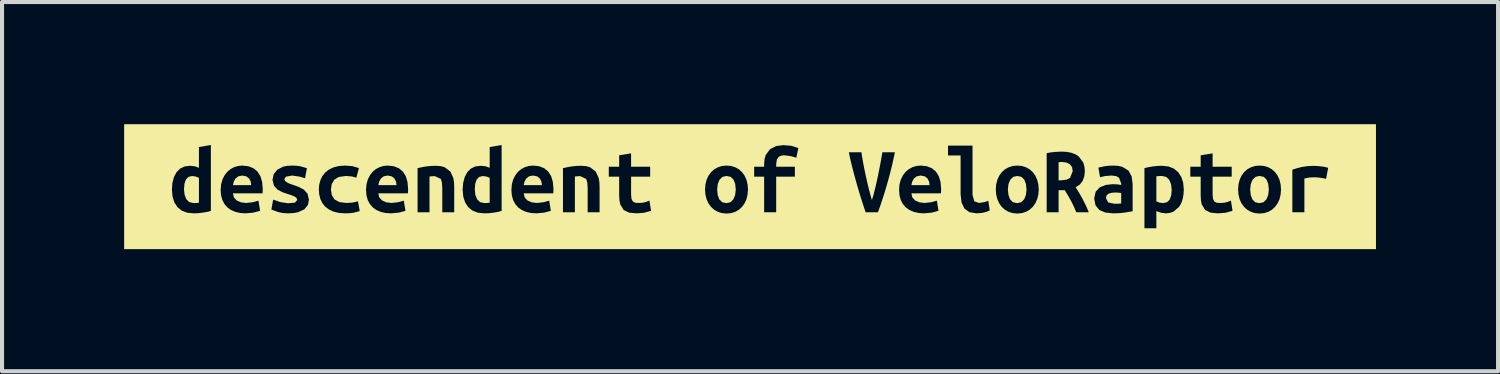
<source format=kicad_pcb>
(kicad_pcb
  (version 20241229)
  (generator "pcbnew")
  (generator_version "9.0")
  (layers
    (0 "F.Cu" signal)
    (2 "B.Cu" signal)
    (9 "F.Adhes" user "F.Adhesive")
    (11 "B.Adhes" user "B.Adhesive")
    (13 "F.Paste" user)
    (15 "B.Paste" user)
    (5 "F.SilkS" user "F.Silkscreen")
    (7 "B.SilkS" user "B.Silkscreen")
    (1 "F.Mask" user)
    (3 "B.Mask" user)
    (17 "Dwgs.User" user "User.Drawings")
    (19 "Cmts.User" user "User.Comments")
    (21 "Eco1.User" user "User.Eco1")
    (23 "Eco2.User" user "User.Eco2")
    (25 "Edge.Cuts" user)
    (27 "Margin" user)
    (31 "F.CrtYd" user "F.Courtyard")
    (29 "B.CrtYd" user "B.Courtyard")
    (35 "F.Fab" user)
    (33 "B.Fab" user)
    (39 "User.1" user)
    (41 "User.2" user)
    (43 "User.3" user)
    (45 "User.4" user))
  (footprint "label_VeloRaptor"
    (layer "F.Cu")
    (at 15.379 1.536)
    (property "Reference" "label_VeloRaptor" (at 0 -1.536 0) (layer "F.SilkS") (effects (font (size 0.001 0.001) (thickness 0.000003))))
    (attr exclude_from_pos_files exclude_from_bom)
    (fp_poly (pts (xy -12.257 -0.037) (xy -12.269 -0.124) (xy -12.307 -0.199) (xy -12.374 -0.252) (xy -12.474 -0.273) (xy -12.573 -0.254) (xy -12.642 -0.201) (xy -12.685 -0.125) (xy -12.705 -0.037) (xy -12.257 -0.037)) (stroke (width 0) (type solid)) (fill yes) (layer "F.SilkS"))
    (fp_poly (pts (xy -8.686 -0.037) (xy -8.698 -0.124) (xy -8.736 -0.199) (xy -8.802 -0.252) (xy -8.902 -0.273) (xy -9.001 -0.254) (xy -9.07 -0.201) (xy -9.113 -0.125) (xy -9.133 -0.037) (xy -8.686 -0.037)) (stroke (width 0) (type solid)) (fill yes) (layer "F.SilkS"))
    (fp_poly (pts (xy -5.114 -0.037) (xy -5.126 -0.124) (xy -5.164 -0.199) (xy -5.23 -0.252) (xy -5.33 -0.273) (xy -5.429 -0.254) (xy -5.498 -0.201) (xy -5.541 -0.125) (xy -5.561 -0.037) (xy -5.114 -0.037)) (stroke (width 0) (type solid)) (fill yes) (layer "F.SilkS"))
    (fp_poly (pts (xy 4.411 -0.037) (xy 4.399 -0.124) (xy 4.361 -0.199) (xy 4.295 -0.252) (xy 4.195 -0.273) (xy 4.096 -0.254) (xy 4.027 -0.201) (xy 3.984 -0.125) (xy 3.964 -0.037) (xy 4.411 -0.037)) (stroke (width 0) (type solid)) (fill yes) (layer "F.SilkS"))
    (fp_poly (pts (xy 7.928 -0.38) (xy 7.911 -0.481) (xy 7.857 -0.551) (xy 7.774 -0.592) (xy 7.669 -0.606) (xy 7.628 -0.605) (xy 7.581 -0.599) (xy 7.581 -0.156) (xy 7.645 -0.156) (xy 7.774 -0.171) (xy 7.862 -0.214) (xy 7.928 -0.38)) (stroke (width 0) (type solid)) (fill yes) (layer "F.SilkS"))
    (fp_poly (pts (xy 8.948 0.42) (xy 9.04 0.419) (xy 9.119 0.413) (xy 9.119 0.156) (xy 9.05 0.148) (xy 8.976 0.144) (xy 8.888 0.15) (xy 8.813 0.17) (xy 8.762 0.211) (xy 8.743 0.28) (xy 8.8 0.388) (xy 8.948 0.42)) (stroke (width 0) (type solid)) (fill yes) (layer "F.SilkS"))
    (fp_poly (pts (xy -13.908 0.063) (xy -13.894 0.199) (xy -13.852 0.308) (xy -13.779 0.38) (xy -13.672 0.404) (xy -13.605 0.401) (xy -13.541 0.394) (xy -13.541 -0.216) (xy -13.617 -0.248) (xy -13.708 -0.261) (xy -13.798 -0.24) (xy -13.86 -0.177) (xy -13.896 -0.076) (xy -13.908 0.063)) (stroke (width 0) (type solid)) (fill yes) (layer "F.SilkS"))
    (fp_poly (pts (xy -6.764 0.063) (xy -6.75 0.199) (xy -6.708 0.308) (xy -6.635 0.38) (xy -6.528 0.404) (xy -6.462 0.401) (xy -6.397 0.394) (xy -6.397 -0.216) (xy -6.473 -0.248) (xy -6.564 -0.261) (xy -6.654 -0.24) (xy -6.716 -0.177) (xy -6.752 -0.076) (xy -6.764 0.063)) (stroke (width 0) (type solid)) (fill yes) (layer "F.SilkS"))
    (fp_poly (pts (xy 10.36 0.08) (xy 10.345 -0.057) (xy 10.3 -0.167) (xy 10.225 -0.239) (xy 10.119 -0.263) (xy 10.048 -0.26) (xy 9.983 -0.254) (xy 9.983 0.361) (xy 10.06 0.392) (xy 10.155 0.404) (xy 10.246 0.382) (xy 10.31 0.319) (xy 10.347 0.217) (xy 10.36 0.08)) (stroke (width 0) (type solid)) (fill yes) (layer "F.SilkS"))
    (fp_poly (pts (xy -0.808 0.07) (xy -0.795 0.206) (xy -0.755 0.313) (xy -0.685 0.383) (xy -0.582 0.406) (xy -0.482 0.383) (xy -0.41 0.313) (xy -0.366 0.206) (xy -0.351 0.07) (xy -0.365 -0.065) (xy -0.405 -0.171) (xy -0.475 -0.24) (xy -0.577 -0.263) (xy -0.678 -0.24) (xy -0.75 -0.171) (xy -0.794 -0.065) (xy -0.808 0.07)) (stroke (width 0) (type solid)) (fill yes) (layer "F.SilkS"))
    (fp_poly (pts (xy 6.335 0.07) (xy 6.349 0.206) (xy 6.389 0.313) (xy 6.459 0.383) (xy 6.562 0.406) (xy 6.662 0.383) (xy 6.734 0.313) (xy 6.778 0.206) (xy 6.793 0.07) (xy 6.779 -0.065) (xy 6.739 -0.171) (xy 6.669 -0.24) (xy 6.566 -0.263) (xy 6.466 -0.24) (xy 6.394 -0.171) (xy 6.35 -0.065) (xy 6.335 0.07)) (stroke (width 0) (type solid)) (fill yes) (layer "F.SilkS"))
    (fp_poly (pts (xy 12.288 0.07) (xy 12.302 0.206) (xy 12.342 0.313) (xy 12.412 0.383) (xy 12.515 0.406) (xy 12.615 0.383) (xy 12.687 0.313) (xy 12.731 0.206) (xy 12.746 0.07) (xy 12.732 -0.065) (xy 12.692 -0.171) (xy 12.622 -0.24) (xy 12.519 -0.263) (xy 12.419 -0.24) (xy 12.347 -0.171) (xy 12.303 -0.065) (xy 12.288 0.07)) (stroke (width 0) (type solid)) (fill yes) (layer "F.SilkS"))
    (fp_poly (pts (xy -14.866 -1.535) (xy -14.092 -0.355) (xy -14.005 -0.443) (xy -13.893 -0.496) (xy -13.758 -0.513) (xy -13.641 -0.5) (xy -13.541 -0.463) (xy -13.541 -0.973) (xy -13.248 -1.023) (xy -13.008 0.08) (xy -12.996 -0.059) (xy -12.962 -0.18) (xy -12.91 -0.282) (xy -12.843 -0.367) (xy -12.764 -0.432) (xy -12.674 -0.48) (xy -12.578 -0.508) (xy -12.479 -0.518) (xy -12.327 -0.502) (xy -12.202 -0.453) (xy -12.103 -0.371) (xy -12.031 -0.259) (xy -11.988 -0.116) (xy -11.974 0.056) (xy -11.975 0.115) (xy -11.979 0.165) (xy -12.705 0.165) (xy -12.683 0.263) (xy -12.615 0.338) (xy -12.511 0.385) (xy -12.381 0.401) (xy -12.213 0.382) (xy -12.079 0.344) (xy -12.038 0.594) (xy -12.2 0.638) (xy -12.393 0.656) (xy -12.529 0.647) (xy -12.649 0.619) (xy -12.754 0.573) (xy -12.842 0.51) (xy -12.913 0.428) (xy -12.965 0.33) (xy -12.997 0.214) (xy -13.008 0.08) (xy -13.248 -1.023) (xy -13.248 0.597) (xy -13.338 0.62) (xy -13.446 0.639) (xy -13.561 0.652) (xy -13.674 0.656) (xy -13.835 0.639) (xy -13.967 0.587) (xy -14.071 0.501) (xy -14.146 0.385) (xy -14.19 0.244) (xy -14.205 0.077) (xy -14.193 -0.092) (xy -14.155 -0.236) (xy -14.092 -0.355) (xy -14.866 -1.535) (xy -15.379 -1.535) (xy -15.379 1.535) (xy -11.762 0.563) (xy -11.717 0.318) (xy -11.54 0.38) (xy -11.348 0.408) (xy -11.184 0.393) (xy -11.126 0.33) (xy -11.144 0.277) (xy -11.194 0.241) (xy -11.268 0.211) (xy -11.355 0.182) (xy -11.486 0.138) (xy -11.607 0.075) (xy -11.698 -0.021) (xy -11.734 -0.168) (xy -11.706 -0.302) (xy -11.62 -0.414) (xy -11.472 -0.491) (xy -11.372 -0.511) (xy -11.255 -0.518) (xy -11.149 -0.514) (xy -11.051 -0.501) (xy -10.888 -0.454) (xy -10.934 -0.206) (xy -11.06 -0.245) (xy -11.253 -0.273) (xy -11.404 -0.245) (xy -11.443 -0.187) (xy -11.425 -0.14) (xy -11.378 -0.104) (xy -11.309 -0.071) (xy -11.224 -0.042) (xy -11.091 0.006) (xy -10.966 0.071) (xy -10.595 0.07) (xy -10.586 -0.048) (xy -10.557 -0.158) (xy -10.509 -0.259) (xy -10.441 -0.345) (xy -10.352 -0.417) (xy -10.242 -0.471) (xy -10.11 -0.506) (xy -9.955 -0.518) (xy -9.774 -0.504) (xy -9.61 -0.456) (xy -9.674 -0.22) (xy -9.78 -0.25) (xy -9.929 -0.263) (xy -10.104 -0.238) (xy -10.217 -0.169) (xy -10.279 -0.063) (xy -10.298 0.07) (xy -10.276 0.208) (xy -9.436 0.08) (xy -9.424 -0.059) (xy -9.39 -0.18) (xy -9.338 -0.282) (xy -9.271 -0.367) (xy -9.192 -0.432) (xy -9.102 -0.48) (xy -9.006 -0.508) (xy -8.907 -0.518) (xy -8.755 -0.502) (xy -8.63 -0.453) (xy -8.531 -0.371) (xy -8.169 -0.454) (xy -8.081 -0.474) (xy -7.975 -0.494) (xy -7.854 -0.508) (xy -7.724 -0.513) (xy -7.602 -0.504) (xy -7.502 -0.476) (xy -7.363 -0.371) (xy -7.29 -0.21) (xy -7.274 -0.11) (xy -7.269 -0.001) (xy -7.269 0.63) (xy -7.562 0.63) (xy -7.562 0.037) (xy -7.571 -0.098) (xy -7.597 -0.189) (xy -7.743 -0.258) (xy -7.808 -0.256) (xy -7.876 -0.249) (xy -7.876 0.63) (xy -8.169 0.63) (xy -8.169 -0.454) (xy -8.531 -0.371) (xy -8.459 -0.259) (xy -8.417 -0.116) (xy -8.402 0.056) (xy -8.403 0.115) (xy -8.407 0.165) (xy -9.133 0.165) (xy -9.111 0.263) (xy -9.043 0.338) (xy -8.939 0.385) (xy -8.809 0.401) (xy -8.642 0.382) (xy -8.507 0.344) (xy -8.467 0.594) (xy -8.628 0.638) (xy -8.821 0.656) (xy -8.957 0.647) (xy -9.077 0.619) (xy -9.182 0.573) (xy -9.27 0.51) (xy -9.341 0.428) (xy -9.393 0.33) (xy -9.425 0.214) (xy -9.436 0.08) (xy -10.276 0.208) (xy -10.211 0.313) (xy -10.093 0.379) (xy -9.914 0.401) (xy -9.77 0.392) (xy -9.633 0.361) (xy -9.59 0.601) (xy -9.741 0.641) (xy -9.836 0.652) (xy -9.948 0.656) (xy -10.107 0.645) (xy -10.242 0.611) (xy -10.353 0.557) (xy -10.443 0.487) (xy -10.511 0.401) (xy -10.558 0.301) (xy -10.586 0.19) (xy -10.595 0.07) (xy -10.966 0.071) (xy -10.874 0.171) (xy -10.838 0.32) (xy -10.864 0.451) (xy -10.951 0.558) (xy -11.11 0.63) (xy -11.219 0.649) (xy -11.35 0.656) (xy -11.485 0.648) (xy -11.598 0.623) (xy -11.762 0.563) (xy -15.379 1.535) (xy -14.866 1.535) (xy -6.531 0.656) (xy -6.691 0.639) (xy -6.823 0.587) (xy -6.927 0.501) (xy -7.002 0.385) (xy -7.047 0.244) (xy -7.062 0.077) (xy -7.049 -0.092) (xy -7.011 -0.236) (xy -6.948 -0.355) (xy -6.861 -0.443) (xy -6.75 -0.496) (xy -6.614 -0.513) (xy -6.497 -0.5) (xy -6.397 -0.463) (xy -6.397 -0.973) (xy -6.104 -1.023) (xy -5.864 0.08) (xy -5.853 -0.059) (xy -5.819 -0.18) (xy -5.766 -0.282) (xy -5.7 -0.367) (xy -5.62 -0.432) (xy -5.53 -0.48) (xy -5.434 -0.508) (xy -5.335 -0.518) (xy -5.183 -0.502) (xy -5.058 -0.453) (xy -4.959 -0.371) (xy -4.888 -0.259) (xy -4.597 -0.454) (xy -4.509 -0.474) (xy -4.403 -0.494) (xy -4.282 -0.508) (xy -4.152 -0.513) (xy -4.03 -0.504) (xy -3.93 -0.476) (xy -3.791 -0.371) (xy -3.718 -0.21) (xy -3.216 -0.246) (xy -3.471 -0.246) (xy -3.471 -0.489) (xy -3.216 -0.489) (xy -3.216 -0.77) (xy -2.923 -0.818) (xy -2.923 -0.489) (xy -2.454 -0.489) (xy -2.454 -0.246) (xy -2.923 -0.246) (xy -1.106 0.068) (xy -1.096 -0.057) (xy -1.067 -0.171) (xy -1.02 -0.272) (xy -0.957 -0.357) (xy -0.88 -0.426) (xy -0.789 -0.476) (xy -0.688 -0.508) (xy -0.577 -0.518) (xy -0.466 -0.508) (xy -0.364 -0.476) (xy -0.274 -0.426) (xy -0.198 -0.357) (xy -0.135 -0.272) (xy -0.089 -0.171) (xy -0.061 -0.057) (xy -0.051 0.068) (xy -0.061 0.195) (xy -0.089 0.31) (xy -0.135 0.41) (xy -0.196 0.496) (xy -0.272 0.566) (xy -0.362 0.618) (xy -0.464 0.65) (xy -0.577 0.661) (xy -0.691 0.65) (xy -0.793 0.618) (xy -0.883 0.566) (xy -0.96 0.496) (xy -1.022 0.41) (xy -1.068 0.31) (xy -1.097 0.195) (xy -1.106 0.068) (xy -2.923 -0.246) (xy -2.923 0.206) (xy -2.911 0.306) (xy -2.878 0.366) (xy -2.825 0.394) (xy -2.756 0.401) (xy -2.681 0.399) (xy -2.615 0.391) (xy -2.548 0.373) (xy -2.473 0.342) (xy -2.432 0.594) (xy -2.607 0.642) (xy -2.79 0.656) (xy -2.971 0.639) (xy -3.104 0.575) (xy -3.187 0.441) (xy -3.209 0.34) (xy -3.216 0.213) (xy -3.216 -0.246) (xy -3.718 -0.21) (xy -3.702 -0.11) (xy -3.697 -0.001) (xy -3.697 0.63) (xy -3.99 0.63) (xy -3.99 0.037) (xy -3.999 -0.098) (xy -4.026 -0.189) (xy -4.171 -0.258) (xy -4.236 -0.256) (xy -4.304 -0.249) (xy -4.304 0.63) (xy -4.597 0.63) (xy -4.597 -0.454) (xy -4.888 -0.259) (xy -4.845 -0.116) (xy -4.83 0.056) (xy -4.832 0.115) (xy -4.835 0.165) (xy -5.561 0.165) (xy -5.539 0.263) (xy -5.471 0.338) (xy -5.367 0.385) (xy -5.238 0.401) (xy -5.07 0.382) (xy -4.935 0.344) (xy -4.895 0.594) (xy -5.057 0.638) (xy -5.249 0.656) (xy -5.385 0.647) (xy -5.505 0.619) (xy -5.61 0.573) (xy -5.698 0.51) (xy -5.769 0.428) (xy -5.821 0.33) (xy -5.853 0.214) (xy -5.864 0.08) (xy -6.104 -1.023) (xy -6.104 0.597) (xy -6.194 0.62) (xy -6.302 0.639) (xy -6.417 0.652) (xy -6.531 0.656) (xy -14.866 1.535) (xy 14.866 1.535) (xy 0.346 0.63) (xy 0.346 -0.246) (xy 0.101 -0.246) (xy 0.101 -0.489) (xy 0.346 -0.489) (xy 0.346 -0.554) (xy 0.356 -0.678) (xy 0.386 -0.779) (xy 0.492 -0.922) (xy 0.644 -0.998) (xy 0.82 -1.02) (xy 1.011 -1.004) (xy 1.187 -0.949) (xy 1.137 -0.711) (xy 1 -0.75) (xy 0.844 -0.77) (xy 0.767 -0.763) (xy 0.702 -0.732) (xy 0.658 -0.664) (xy 0.642 -0.549) (xy 0.642 -0.489) (xy 1.101 -0.489) (xy 1.101 -0.246) (xy 0.642 -0.246) (xy 0.642 0.63) (xy 0.346 0.63) (xy 14.866 1.535) (xy 15.379 1.535) (xy 2.84 0.63) (xy 2.781 0.455) (xy 2.718 0.258) (xy 2.676 0.12) (xy 2.636 -0.017) (xy 2.597 -0.155) (xy 2.56 -0.29) (xy 2.526 -0.419) (xy 2.494 -0.544) (xy 2.455 -0.711) (xy 2.428 -0.844) (xy 2.737 -0.844) (xy 2.755 -0.721) (xy 2.78 -0.579) (xy 2.81 -0.425) (xy 2.843 -0.267) (xy 2.879 -0.107) (xy 2.917 0.05) (xy 2.956 0.198) (xy 2.994 0.33) (xy 3.033 0.2) (xy 3.071 0.052) (xy 3.108 -0.105) (xy 3.142 -0.264) (xy 3.174 -0.423) (xy 3.204 -0.577) (xy 3.23 -0.72) (xy 3.252 -0.844) (xy 3.559 -0.844) (xy 3.527 -0.693) (xy 3.489 -0.525) (xy 3.444 -0.344) (xy 3.393 -0.155) (xy 3.356 -0.025) (xy 3.661 0.08) (xy 3.672 -0.059) (xy 3.706 -0.18) (xy 3.759 -0.282) (xy 3.825 -0.367) (xy 3.905 -0.432) (xy 3.995 -0.48) (xy 4.091 -0.508) (xy 4.19 -0.518) (xy 4.342 -0.502) (xy 4.467 -0.453) (xy 4.566 -0.371) (xy 4.637 -0.259) (xy 4.68 -0.116) (xy 4.695 0.056) (xy 4.693 0.115) (xy 4.69 0.165) (xy 3.964 0.165) (xy 5.266 0.536) (xy 5.196 0.388) (xy 5.173 0.185) (xy 5.173 -0.766) (xy 4.864 -0.766) (xy 4.864 -1.008) (xy 5.466 -1.008) (xy 6.264 -0.426) (xy 6.354 -0.476) (xy 6.456 -0.508) (xy 6.566 -0.518) (xy 6.678 -0.508) (xy 6.779 -0.476) (xy 6.869 -0.426) (xy 6.946 -0.357) (xy 7.008 -0.272) (xy 7.054 -0.171) (xy 7.083 -0.057) (xy 7.093 0.068) (xy 7.083 0.195) (xy 7.054 0.31) (xy 7.009 0.41) (xy 6.947 0.496) (xy 6.871 0.566) (xy 6.782 0.618) (xy 6.68 0.65) (xy 6.566 0.661) (xy 6.453 0.65) (xy 6.351 0.618) (xy 6.261 0.566) (xy 6.184 0.496) (xy 6.122 0.41) (xy 6.076 0.31) (xy 6.047 0.195) (xy 6.038 0.068) (xy 6.047 -0.057) (xy 6.077 -0.171) (xy 6.124 -0.272) (xy 6.186 -0.357) (xy 6.264 -0.426) (xy 5.466 -1.008) (xy 5.466 0.206) (xy 5.511 0.361) (xy 5.626 0.401) (xy 5.773 0.377) (xy 5.852 0.346) (xy 5.89 0.582) (xy 5.858 0.599) (xy 5.792 0.624) (xy 5.694 0.647) (xy 5.561 0.656) (xy 5.386 0.626) (xy 5.266 0.536) (xy 3.964 0.165) (xy 3.986 0.263) (xy 4.054 0.338) (xy 4.158 0.385) (xy 4.287 0.401) (xy 4.455 0.382) (xy 4.59 0.344) (xy 4.63 0.594) (xy 4.468 0.638) (xy 4.276 0.656) (xy 4.14 0.647) (xy 4.02 0.619) (xy 3.915 0.573) (xy 3.827 0.51) (xy 3.756 0.428) (xy 3.704 0.33) (xy 3.672 0.214) (xy 3.661 0.08) (xy 3.356 -0.025) (xy 3.317 0.107) (xy 3.275 0.241) (xy 3.232 0.373) (xy 3.188 0.503) (xy 3.142 0.63) (xy 2.84 0.63) (xy 15.379 1.535) (xy 15.379 -1.535) (xy 7.669 -0.861) (xy 7.789 -0.854) (xy 7.897 -0.832) (xy 7.993 -0.796) (xy 8.074 -0.744) (xy 8.187 -0.593) (xy 8.216 -0.493) (xy 8.226 -0.377) (xy 8.6 -0.232) (xy 8.559 -0.468) (xy 8.714 -0.502) (xy 8.816 -0.514) (xy 8.921 -0.518) (xy 9.048 -0.51) (xy 9.151 -0.486) (xy 9.298 -0.395) (xy 9.376 -0.252) (xy 9.4 -0.063) (xy 9.69 1.023) (xy 9.69 -0.454) (xy 9.781 -0.477) (xy 9.889 -0.496) (xy 10.006 -0.509) (xy 10.122 -0.513) (xy 10.281 -0.496) (xy 10.414 -0.443) (xy 10.519 -0.356) (xy 10.817 -0.246) (xy 10.817 -0.489) (xy 11.072 -0.489) (xy 11.072 -0.77) (xy 11.365 -0.818) (xy 11.365 -0.489) (xy 11.834 -0.489) (xy 11.834 -0.246) (xy 11.365 -0.246) (xy 12.001 -0.057) (xy 12.03 -0.171) (xy 12.077 -0.272) (xy 12.14 -0.357) (xy 12.217 -0.426) (xy 12.307 -0.476) (xy 12.409 -0.508) (xy 12.519 -0.518) (xy 12.631 -0.508) (xy 12.733 -0.476) (xy 12.822 -0.426) (xy 12.899 -0.357) (xy 12.961 -0.272) (xy 13.008 -0.171) (xy 13.036 -0.057) (xy 13.324 0.63) (xy 13.324 -0.416) (xy 13.442 -0.454) (xy 13.564 -0.485) (xy 13.697 -0.504) (xy 13.851 -0.511) (xy 13.918 -0.508) (xy 14.012 -0.5) (xy 14.114 -0.486) (xy 14.205 -0.463) (xy 14.153 -0.192) (xy 14.085 -0.206) (xy 14.005 -0.219) (xy 13.927 -0.227) (xy 13.862 -0.23) (xy 13.741 -0.224) (xy 13.62 -0.201) (xy 13.62 0.63) (xy 13.324 0.63) (xy 13.036 -0.057) (xy 13.046 0.068) (xy 13.036 0.195) (xy 13.008 0.31) (xy 12.962 0.41) (xy 12.9 0.496) (xy 12.825 0.566) (xy 12.735 0.618) (xy 12.633 0.65) (xy 12.519 0.661) (xy 12.406 0.65) (xy 12.304 0.618) (xy 12.214 0.566) (xy 12.137 0.496) (xy 12.075 0.41) (xy 12.029 0.31) (xy 12 0.195) (xy 11.991 0.068) (xy 12.001 -0.057) (xy 11.365 -0.246) (xy 11.365 0.206) (xy 11.376 0.306) (xy 11.41 0.366) (xy 11.462 0.394) (xy 11.531 0.401) (xy 11.606 0.399) (xy 11.673 0.391) (xy 11.74 0.373) (xy 11.815 0.342) (xy 11.855 0.594) (xy 11.68 0.642) (xy 11.498 0.656) (xy 11.317 0.639) (xy 11.184 0.575) (xy 11.1 0.441) (xy 11.079 0.34) (xy 11.072 0.213) (xy 11.072 -0.246) (xy 10.817 -0.246) (xy 10.519 -0.356) (xy 10.596 -0.239) (xy 10.642 -0.097) (xy 10.657 0.07) (xy 10.65 0.194) (xy 10.629 0.307) (xy 10.594 0.408) (xy 10.545 0.493) (xy 10.407 0.613) (xy 10.317 0.645) (xy 10.214 0.656) (xy 10.101 0.642) (xy 9.983 0.601) (xy 9.983 1.023) (xy 9.69 1.023) (xy 9.4 -0.063) (xy 9.4 0.604) (xy 9.209 0.637) (xy 9.076 0.651) (xy 8.926 0.656) (xy 8.732 0.637) (xy 8.583 0.574) (xy 8.488 0.46) (xy 8.455 0.287) (xy 8.493 0.123) (xy 8.595 0.015) (xy 8.743 -0.043) (xy 8.917 -0.061) (xy 9.024 -0.056) (xy 9.119 -0.042) (xy 9.119 -0.077) (xy 9.067 -0.217) (xy 8.995 -0.259) (xy 8.886 -0.273) (xy 8.725 -0.261) (xy 8.6 -0.232) (xy 8.226 -0.377) (xy 8.213 -0.255) (xy 8.174 -0.144) (xy 8.104 -0.052) (xy 8 0.015) (xy 8.086 0.152) (xy 8.174 0.31) (xy 8.256 0.474) (xy 8.324 0.63) (xy 8.016 0.63) (xy 7.957 0.49) (xy 7.889 0.355) (xy 7.814 0.222) (xy 7.733 0.087) (xy 7.581 0.087) (xy 7.581 0.63) (xy 7.288 0.63) (xy 7.288 -0.823) (xy 7.382 -0.841) (xy 7.485 -0.852) (xy 7.585 -0.858) (xy 7.669 -0.861) (xy 15.379 -1.535) (xy 14.866 -1.535) (xy -14.866 -1.535)) (stroke (width 0) (type solid)) (fill yes) (layer "F.SilkS")))
  (gr_rect
    (start -3 -3)
    (end 33.758 6.072)
    (stroke (width 0.1) (type default))
    (fill no)
    (layer "Edge.Cuts")))
</source>
